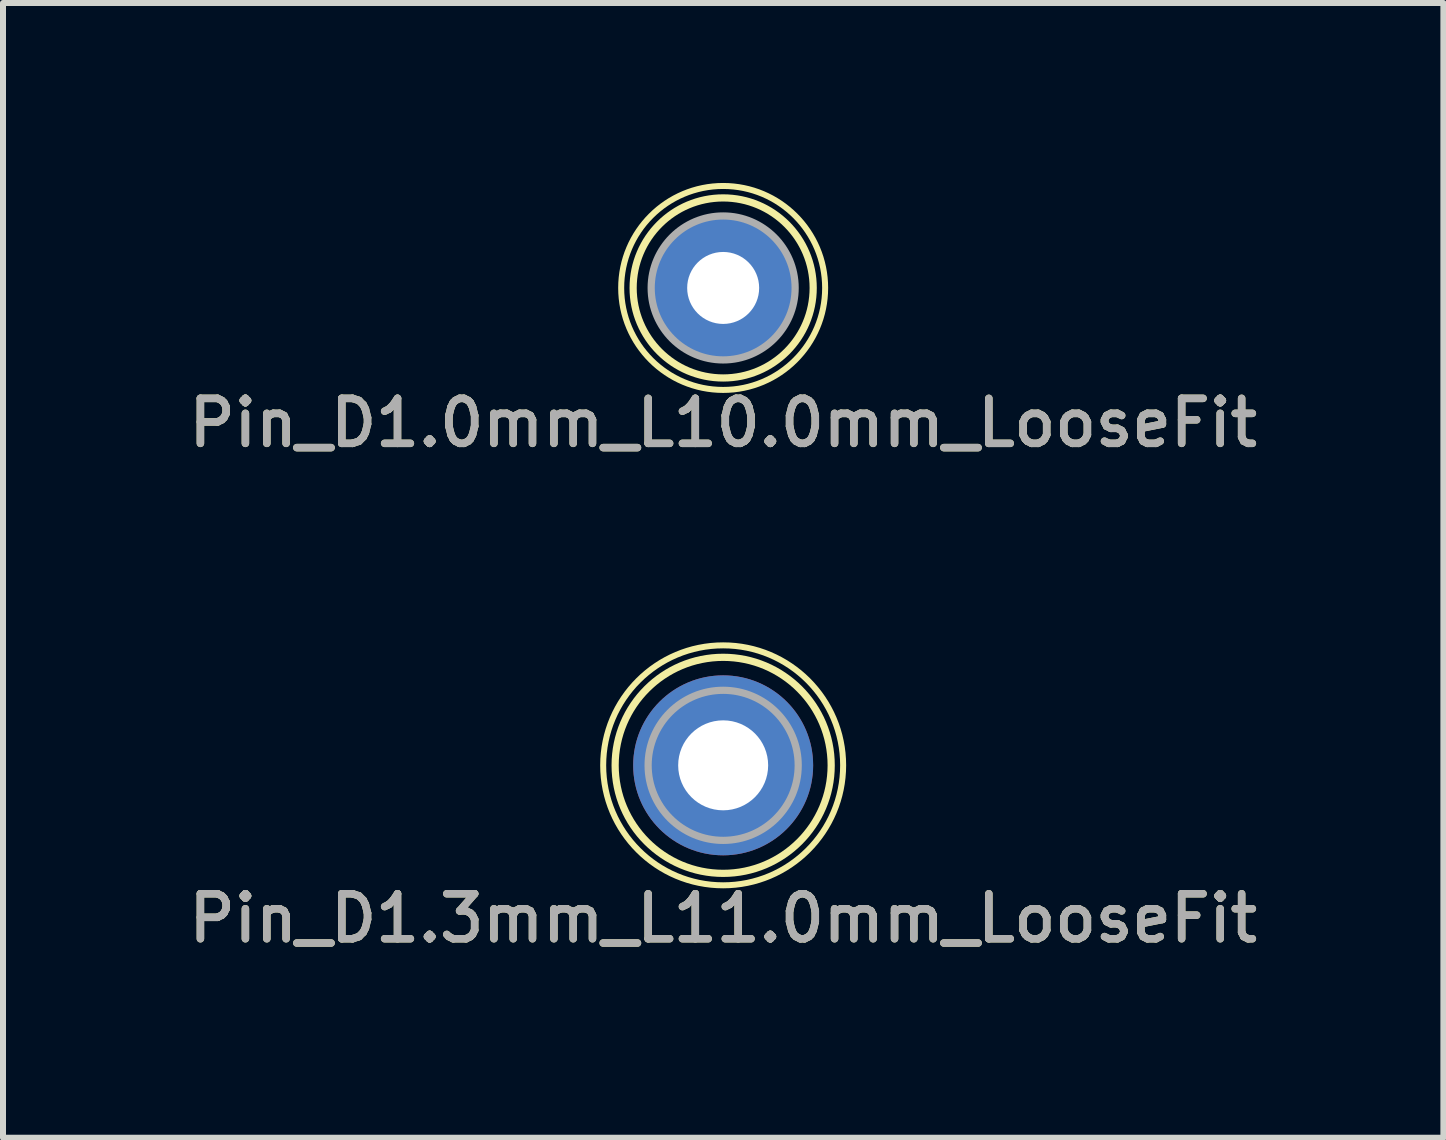
<source format=kicad_pcb>
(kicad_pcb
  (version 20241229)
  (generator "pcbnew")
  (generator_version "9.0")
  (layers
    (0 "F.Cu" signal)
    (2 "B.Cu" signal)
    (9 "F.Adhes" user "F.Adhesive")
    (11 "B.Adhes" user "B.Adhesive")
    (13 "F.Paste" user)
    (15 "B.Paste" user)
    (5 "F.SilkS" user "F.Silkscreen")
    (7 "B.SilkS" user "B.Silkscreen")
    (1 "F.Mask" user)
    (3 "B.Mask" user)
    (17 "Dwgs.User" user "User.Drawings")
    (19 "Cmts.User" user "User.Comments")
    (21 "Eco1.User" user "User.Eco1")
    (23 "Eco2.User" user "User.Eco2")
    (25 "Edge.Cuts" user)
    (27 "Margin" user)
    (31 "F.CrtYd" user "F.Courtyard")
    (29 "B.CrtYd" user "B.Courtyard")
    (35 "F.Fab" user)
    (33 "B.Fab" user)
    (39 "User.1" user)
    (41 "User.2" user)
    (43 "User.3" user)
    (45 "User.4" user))
  (footprint "Pin_D1.3mm_L11.0mm_LooseFit"
    (layer "F.Cu")
    (at 9.005 9.708)
    (property "Reference" "Pin_D1.3mm_L11.0mm_LooseFit" (at 0 2.55 0) (layer "F.SilkS") (effects (font (size 0.75 0.75) (thickness 0.125))))
    (attr through_hole)
    (fp_circle (center 0 0) (end 1.8 0.05) (stroke (width 0.12) (type solid)) (fill no) (layer "F.SilkS"))
    (fp_circle (center 0 0) (end 2 0) (stroke (width 0.1) (type solid)) (fill no) (layer "F.SilkS"))
    (fp_circle (center 0 0) (end 0.65 -0.05) (stroke (width 0.12) (type solid)) (fill no) (layer "F.Fab"))
    (fp_circle (center 0 0) (end 1.25 -0.05) (stroke (width 0.12) (type solid)) (fill no) (layer "F.Fab"))
    (fp_text user "${REFERENCE}" (at 0 2.55 0) (layer "F.Fab") (effects (font (size 0.75 0.75) (thickness 0.125))))
    (pad "1" thru_hole circle (at 0 0) (size 3 3) (drill 1.5) (layers "*.Cu" "*.Mask")))
  (footprint "Pin_D1.0mm_L10.0mm_LooseFit"
    (layer "F.Cu")
    (at 9.005 1.75)
    (property "Reference" "Pin_D1.0mm_L10.0mm_LooseFit" (at 0 2.25 0) (layer "F.SilkS") (effects (font (size 0.75 0.75) (thickness 0.125))))
    (attr through_hole)
    (fp_circle (center 0 0) (end 1.5 0.05) (stroke (width 0.12) (type solid)) (fill no) (layer "F.SilkS"))
    (fp_circle (center 0 0) (end 1.7 0) (stroke (width 0.1) (type solid)) (fill no) (layer "F.SilkS"))
    (fp_circle (center 0 0) (end 0.5 0) (stroke (width 0.12) (type solid)) (fill no) (layer "F.Fab"))
    (fp_circle (center 0 0) (end 1.2 0) (stroke (width 0.12) (type solid)) (fill no) (layer "F.Fab"))
    (fp_text user "${REFERENCE}" (at 0 2.25 0) (layer "F.Fab") (effects (font (size 0.75 0.75) (thickness 0.125))))
    (pad "1" thru_hole circle (at 0 0) (size 2.4 2.4) (drill 1.2) (layers "*.Cu" "*.Mask")))
  (gr_rect
    (start -3 -3)
    (end 21.011 15.916)
    (stroke (width 0.1) (type default))
    (fill no)
    (layer "Edge.Cuts")))
</source>
